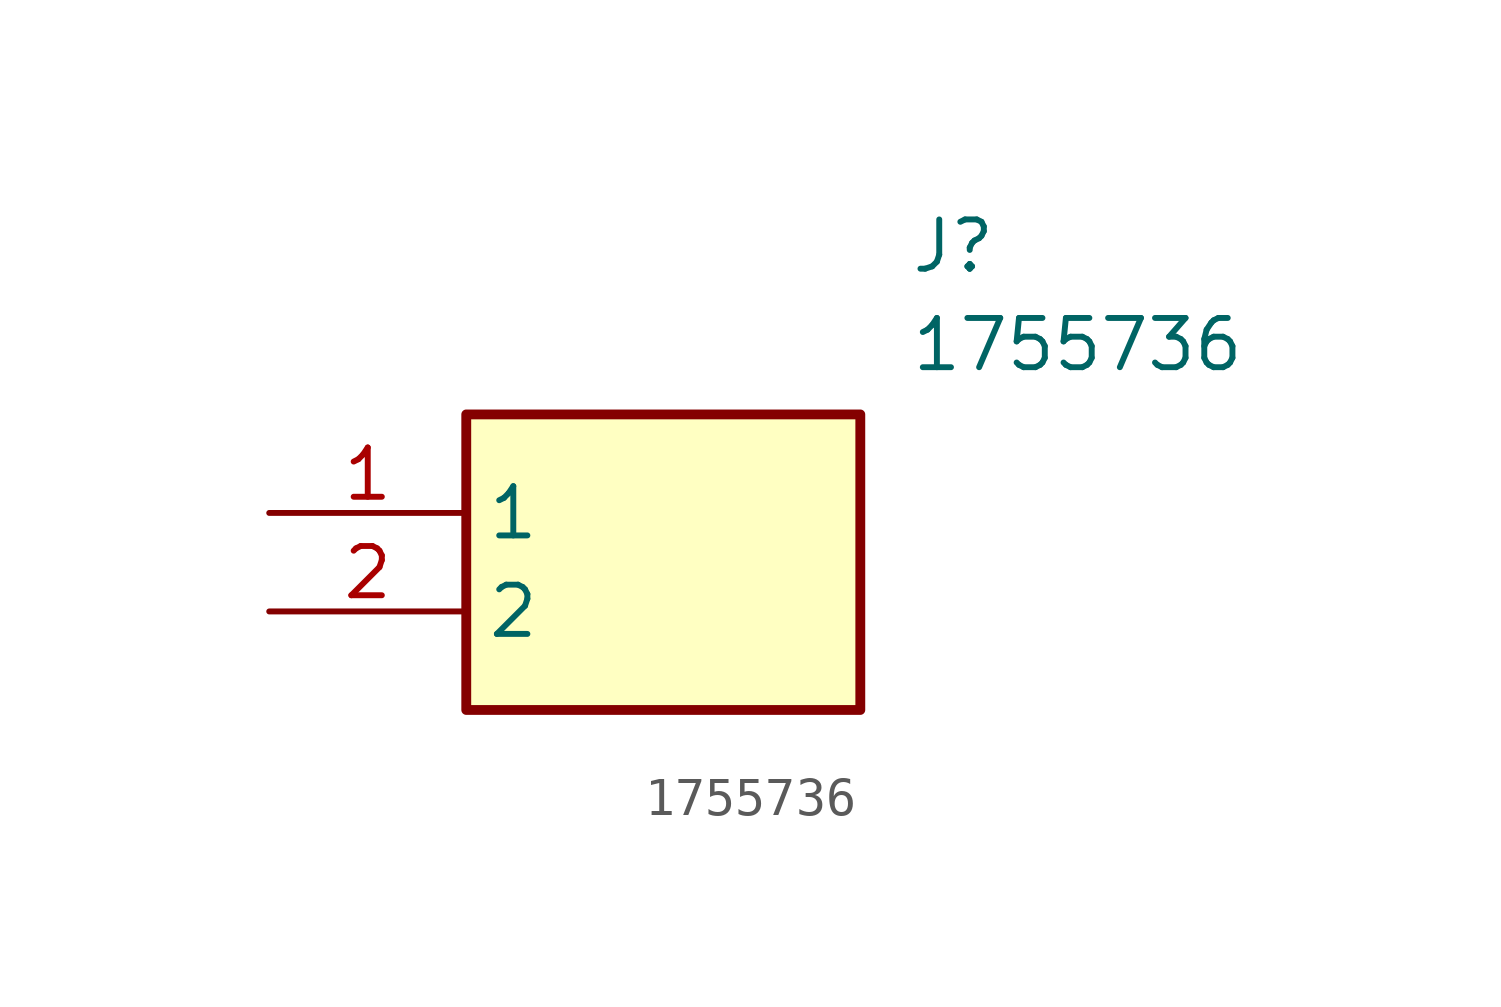
<source format=kicad_sym>
(kicad_symbol_lib
  (version 20231120)
  (generator "kicad_symbol_editor")
  (generator_version "8.0")
  (symbol "1755736"
    (property "Reference" "J"
      (at 16.51 7.62 0)
      (effects (font (size 1.27 1.27)) (justify left top)))
    (property "Value" "1755736"
      (at 16.51 5.08 0)
      (effects (font (size 1.27 1.27)) (justify left top)))
    (symbol "1755736_1_1"
      (rectangle (start 5.08 2.54) (end 15.24 -5.08) (stroke (width 0.254) (type default)) (fill (type background)))
      (pin passive line (at 0 0 0) (length 5.08) (name "1" (effects (font (size 1.27 1.27)))) (number "1" (effects (font (size 1.27 1.27)))))
      (pin passive line (at 0 -2.54 0) (length 5.08) (name "2" (effects (font (size 1.27 1.27)))) (number "2" (effects (font (size 1.27 1.27))))))))
</source>
